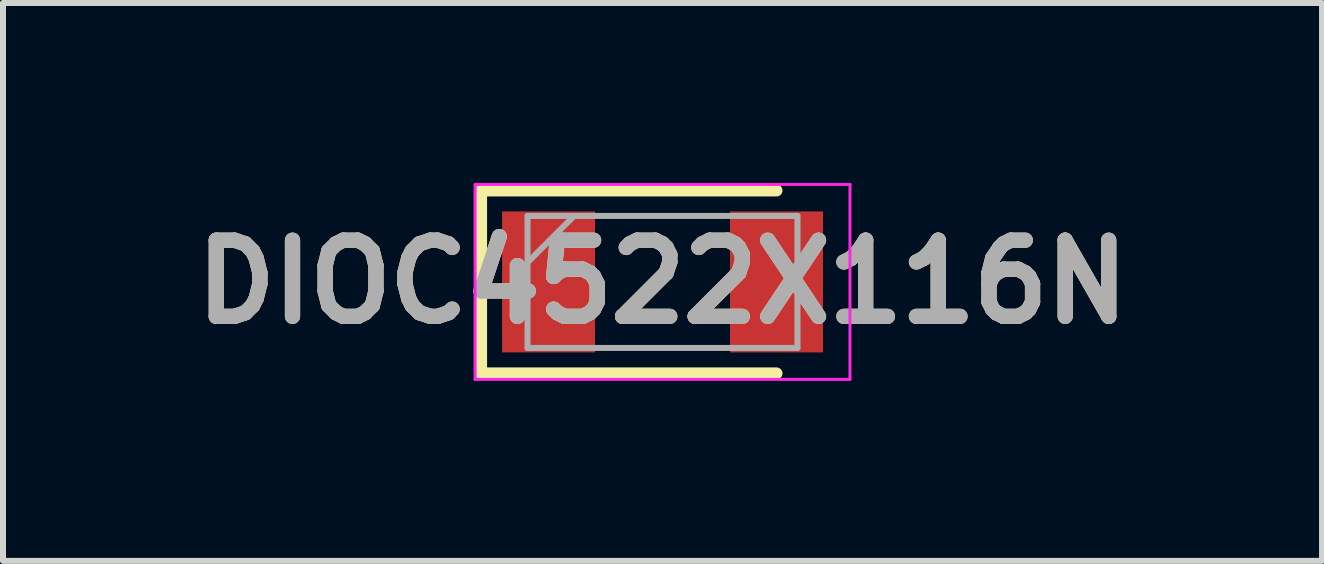
<source format=kicad_pcb>
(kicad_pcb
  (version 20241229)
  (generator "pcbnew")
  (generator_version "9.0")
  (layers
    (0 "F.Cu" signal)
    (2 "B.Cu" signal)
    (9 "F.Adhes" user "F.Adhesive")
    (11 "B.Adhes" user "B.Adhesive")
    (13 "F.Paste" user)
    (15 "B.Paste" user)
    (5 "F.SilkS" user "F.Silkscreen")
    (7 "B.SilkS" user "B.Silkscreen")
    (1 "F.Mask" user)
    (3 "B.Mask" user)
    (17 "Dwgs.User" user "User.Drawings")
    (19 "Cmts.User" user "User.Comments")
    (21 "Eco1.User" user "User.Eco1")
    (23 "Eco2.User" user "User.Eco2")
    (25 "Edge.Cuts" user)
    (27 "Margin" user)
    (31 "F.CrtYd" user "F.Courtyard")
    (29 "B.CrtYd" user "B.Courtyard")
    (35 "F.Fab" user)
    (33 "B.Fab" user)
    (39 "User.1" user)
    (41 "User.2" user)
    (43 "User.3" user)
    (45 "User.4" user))
  (footprint "DIOC4522X116N"
    (layer "F.Cu")
    (at 7.995 1.65)
    (property "Reference" "DIOC4522X116N" (at 0 0 0) (layer "F.SilkS") (effects (font (size 1.27 1.27) (thickness 0.254))))
    (attr smd)
    (fp_line (start -3.025 -1.525) (end -3.025 1.525) (stroke (width 0.2) (type solid)) (layer "F.SilkS"))
    (fp_line (start -3.025 1.525) (end 1.9 1.525) (stroke (width 0.2) (type solid)) (layer "F.SilkS"))
    (fp_line (start 1.9 -1.525) (end -3.025 -1.525) (stroke (width 0.2) (type solid)) (layer "F.SilkS"))
    (fp_line (start -3.125 -1.625) (end 3.125 -1.625) (stroke (width 0.05) (type solid)) (layer "F.CrtYd"))
    (fp_line (start -3.125 1.625) (end -3.125 -1.625) (stroke (width 0.05) (type solid)) (layer "F.CrtYd"))
    (fp_line (start 3.125 -1.625) (end 3.125 1.625) (stroke (width 0.05) (type solid)) (layer "F.CrtYd"))
    (fp_line (start 3.125 1.625) (end -3.125 1.625) (stroke (width 0.05) (type solid)) (layer "F.CrtYd"))
    (fp_line (start -2.25 -1.1) (end 2.25 -1.1) (stroke (width 0.1) (type solid)) (layer "F.Fab"))
    (fp_line (start -2.25 -0.325) (end -1.475 -1.1) (stroke (width 0.1) (type solid)) (layer "F.Fab"))
    (fp_line (start -2.25 1.1) (end -2.25 -1.1) (stroke (width 0.1) (type solid)) (layer "F.Fab"))
    (fp_line (start 2.25 -1.1) (end 2.25 1.1) (stroke (width 0.1) (type solid)) (layer "F.Fab"))
    (fp_line (start 2.25 1.1) (end -2.25 1.1) (stroke (width 0.1) (type solid)) (layer "F.Fab"))
    (fp_text user "${REFERENCE}" (at 0 0 0) (layer "F.Fab") (effects (font (size 1.27 1.27) (thickness 0.254))))
    (pad "1" smd rect (at -1.9 0) (size 1.55 2.35) (layers "F.Cu" "F.Mask" "F.Paste"))
    (pad "2" smd rect (at 1.9 0) (size 1.55 2.35) (layers "F.Cu" "F.Mask" "F.Paste")))
  (gr_rect
    (start -3 -3)
    (end 18.99 6.3)
    (stroke (width 0.1) (type default))
    (fill no)
    (layer "Edge.Cuts")))
</source>
